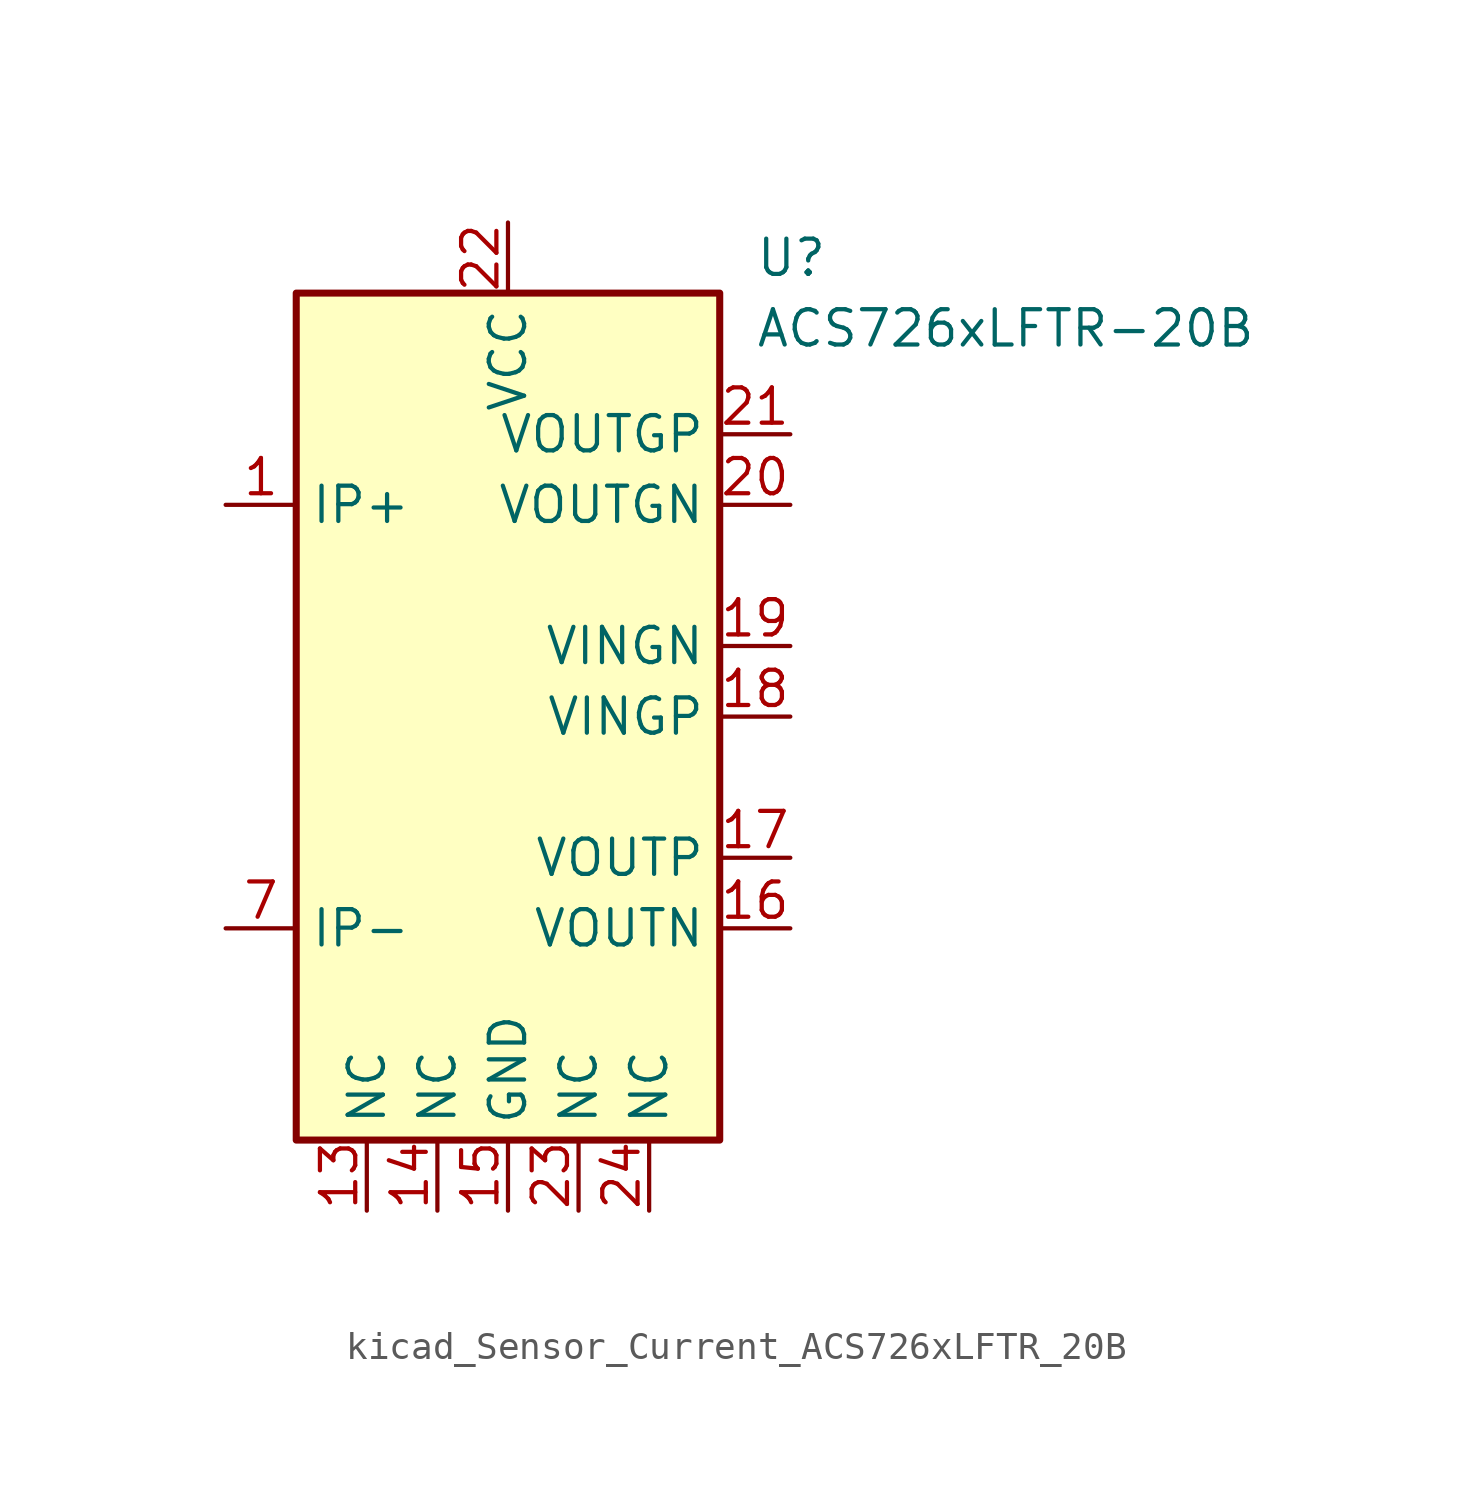
<source format=kicad_sym>
(kicad_symbol_lib
  (version 20220914)
  (generator kicad_symbol_editor)
  (symbol "kicad_Sensor_Current_ACS726xLFTR_20B"
    (property "Reference" "U"
      (at 8.89 16.51 0)
      (effects (font (size 1.27 1.27)) (justify left)))
    (property "Value" "ACS726xLFTR-20B"
      (at 8.89 13.97 0)
      (effects (font (size 1.27 1.27)) (justify left)))
    (symbol "kicad_Sensor_Current_ACS726xLFTR_20B_0_1"
      (rectangle (start -7.62 15.24) (end 7.62 -15.24) (stroke (width 0.254) (type default)) (fill (type background))))
    (symbol "kicad_Sensor_Current_ACS726xLFTR_20B_1_1"
      (pin passive line (at -10.16 7.62 0) (length 2.54) (name "IP+" (effects (font (size 1.27 1.27)))) (number "1" (effects (font (size 1.27 1.27)))))
      (pin passive line (at -10.16 -7.62 0) (length 2.54) hide (name "IP-" (effects (font (size 1.27 1.27)))) (number "10" (effects (font (size 1.27 1.27)))))
      (pin passive line (at -10.16 -7.62 0) (length 2.54) hide (name "IP-" (effects (font (size 1.27 1.27)))) (number "11" (effects (font (size 1.27 1.27)))))
      (pin passive line (at -10.16 -7.62 0) (length 2.54) hide (name "IP-" (effects (font (size 1.27 1.27)))) (number "12" (effects (font (size 1.27 1.27)))))
      (pin passive line (at -5.08 -17.78 90) (length 2.54) (name "NC" (effects (font (size 1.27 1.27)))) (number "13" (effects (font (size 1.27 1.27)))))
      (pin passive line (at -2.54 -17.78 90) (length 2.54) (name "NC" (effects (font (size 1.27 1.27)))) (number "14" (effects (font (size 1.27 1.27)))))
      (pin power_in line (at 0 -17.78 90) (length 2.54) (name "GND" (effects (font (size 1.27 1.27)))) (number "15" (effects (font (size 1.27 1.27)))))
      (pin output line (at 10.16 -7.62 180) (length 2.54) (name "VOUTN" (effects (font (size 1.27 1.27)))) (number "16" (effects (font (size 1.27 1.27)))))
      (pin output line (at 10.16 -5.08 180) (length 2.54) (name "VOUTP" (effects (font (size 1.27 1.27)))) (number "17" (effects (font (size 1.27 1.27)))))
      (pin input line (at 10.16 0 180) (length 2.54) (name "VINGP" (effects (font (size 1.27 1.27)))) (number "18" (effects (font (size 1.27 1.27)))))
      (pin input line (at 10.16 2.54 180) (length 2.54) (name "VINGN" (effects (font (size 1.27 1.27)))) (number "19" (effects (font (size 1.27 1.27)))))
      (pin passive line (at -10.16 7.62 0) (length 2.54) hide (name "IP+" (effects (font (size 1.27 1.27)))) (number "2" (effects (font (size 1.27 1.27)))))
      (pin output line (at 10.16 7.62 180) (length 2.54) (name "VOUTGN" (effects (font (size 1.27 1.27)))) (number "20" (effects (font (size 1.27 1.27)))))
      (pin output line (at 10.16 10.16 180) (length 2.54) (name "VOUTGP" (effects (font (size 1.27 1.27)))) (number "21" (effects (font (size 1.27 1.27)))))
      (pin power_in line (at 0 17.78 270) (length 2.54) (name "VCC" (effects (font (size 1.27 1.27)))) (number "22" (effects (font (size 1.27 1.27)))))
      (pin passive line (at 2.54 -17.78 90) (length 2.54) (name "NC" (effects (font (size 1.27 1.27)))) (number "23" (effects (font (size 1.27 1.27)))))
      (pin passive line (at 5.08 -17.78 90) (length 2.54) (name "NC" (effects (font (size 1.27 1.27)))) (number "24" (effects (font (size 1.27 1.27)))))
      (pin passive line (at -10.16 7.62 0) (length 2.54) hide (name "IP+" (effects (font (size 1.27 1.27)))) (number "3" (effects (font (size 1.27 1.27)))))
      (pin passive line (at -10.16 7.62 0) (length 2.54) hide (name "IP+" (effects (font (size 1.27 1.27)))) (number "4" (effects (font (size 1.27 1.27)))))
      (pin passive line (at -10.16 7.62 0) (length 2.54) hide (name "IP+" (effects (font (size 1.27 1.27)))) (number "5" (effects (font (size 1.27 1.27)))))
      (pin passive line (at -10.16 7.62 0) (length 2.54) hide (name "IP+" (effects (font (size 1.27 1.27)))) (number "6" (effects (font (size 1.27 1.27)))))
      (pin passive line (at -10.16 -7.62 0) (length 2.54) (name "IP-" (effects (font (size 1.27 1.27)))) (number "7" (effects (font (size 1.27 1.27)))))
      (pin passive line (at -10.16 -7.62 0) (length 2.54) hide (name "IP-" (effects (font (size 1.27 1.27)))) (number "8" (effects (font (size 1.27 1.27)))))
      (pin passive line (at -10.16 -7.62 0) (length 2.54) hide (name "IP-" (effects (font (size 1.27 1.27)))) (number "9" (effects (font (size 1.27 1.27))))))))
</source>
